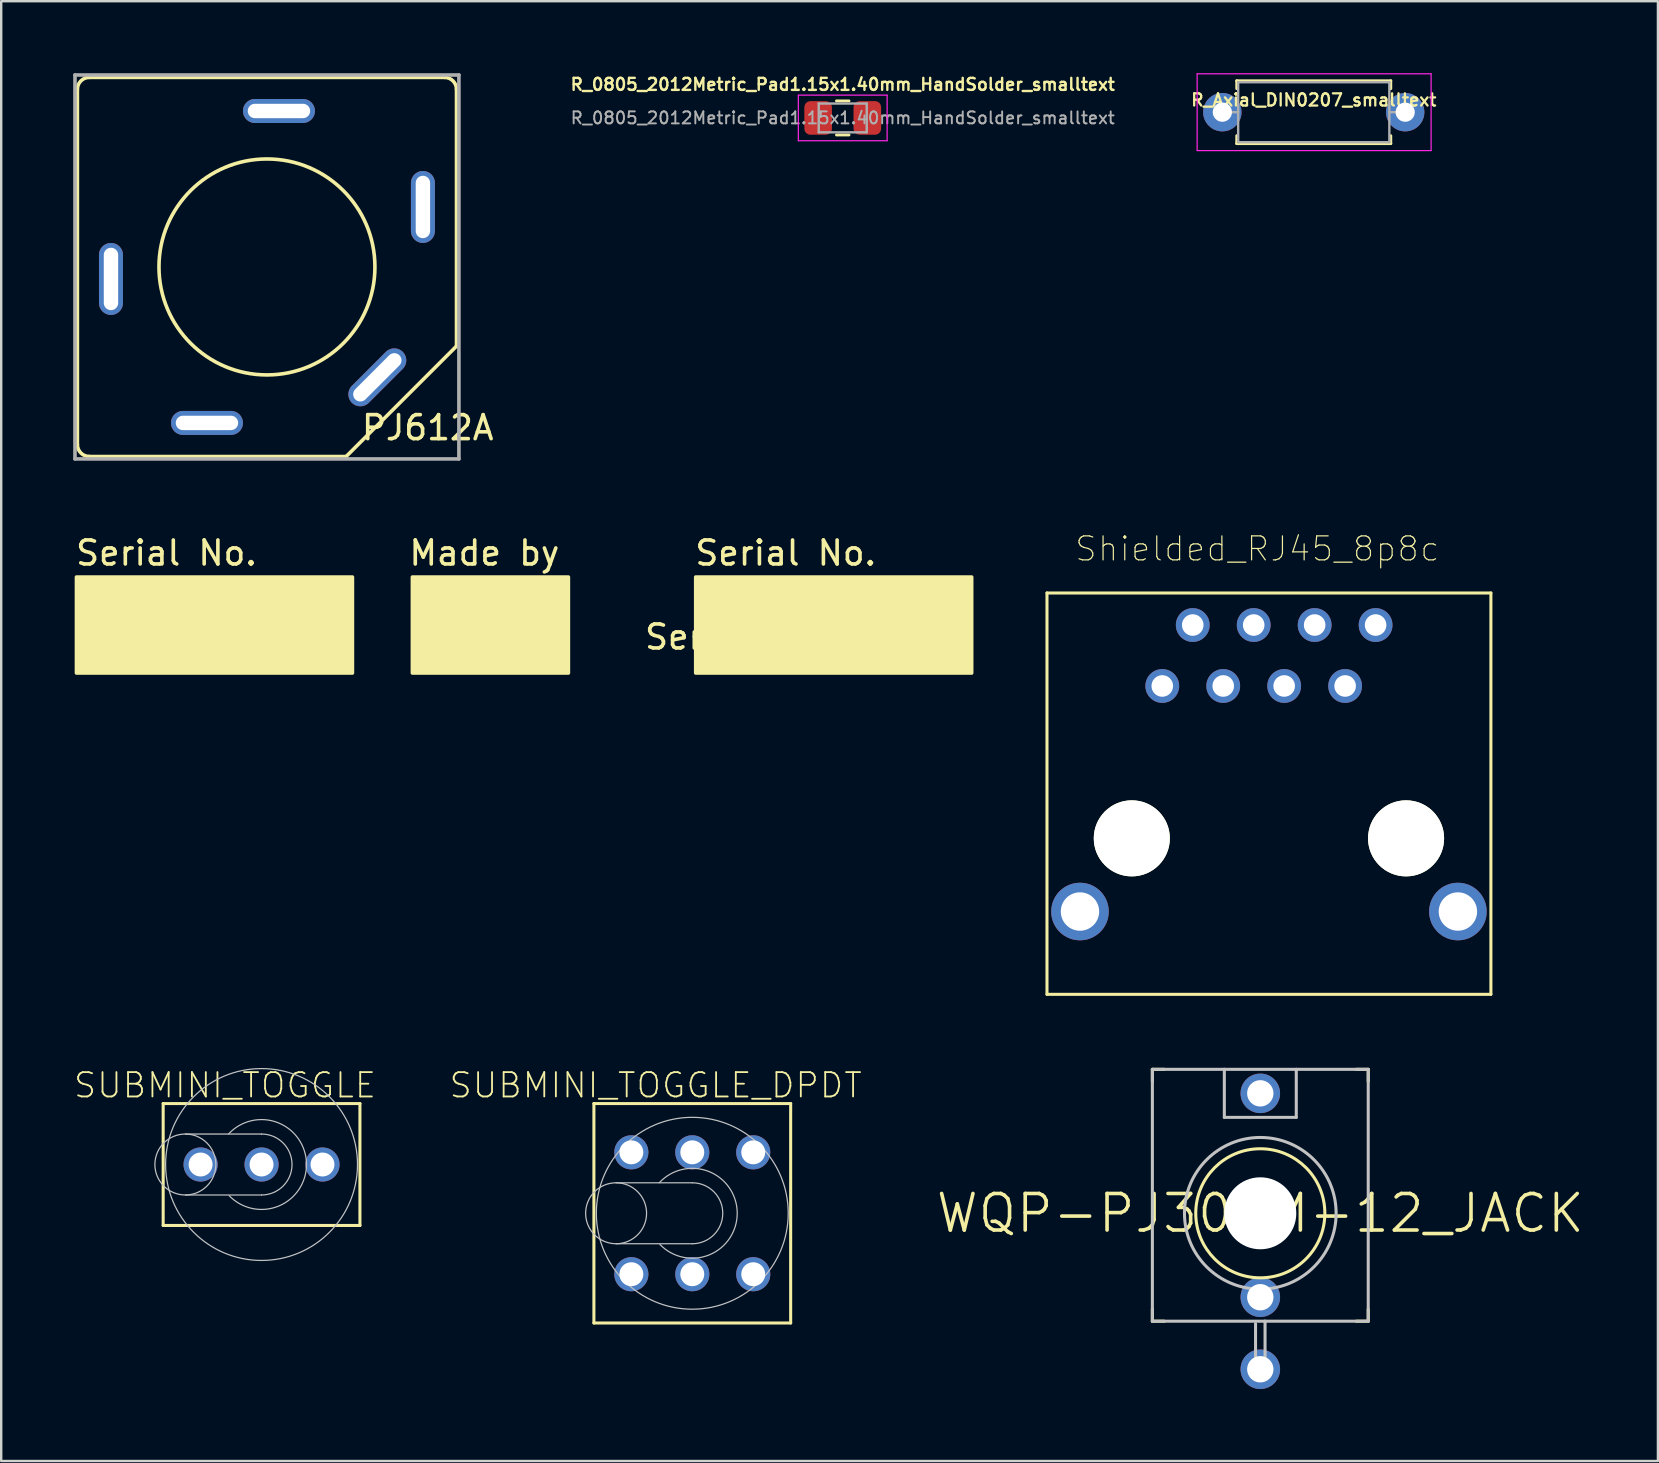
<source format=kicad_pcb>
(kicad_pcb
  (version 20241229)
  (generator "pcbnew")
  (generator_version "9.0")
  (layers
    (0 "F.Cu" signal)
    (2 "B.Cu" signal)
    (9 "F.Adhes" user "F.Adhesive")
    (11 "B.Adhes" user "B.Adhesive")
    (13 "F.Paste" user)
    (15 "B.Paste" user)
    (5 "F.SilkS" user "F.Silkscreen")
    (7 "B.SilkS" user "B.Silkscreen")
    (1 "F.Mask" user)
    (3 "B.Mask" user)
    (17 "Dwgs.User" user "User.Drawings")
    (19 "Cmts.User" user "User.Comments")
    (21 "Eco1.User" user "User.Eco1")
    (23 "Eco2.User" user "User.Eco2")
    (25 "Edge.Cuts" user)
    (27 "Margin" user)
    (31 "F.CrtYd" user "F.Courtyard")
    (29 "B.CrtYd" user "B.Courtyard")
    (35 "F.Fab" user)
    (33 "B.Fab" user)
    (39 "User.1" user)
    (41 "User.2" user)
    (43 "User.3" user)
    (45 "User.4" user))
  (footprint "PJ612A"
    (layer "F.Cu")
    (at 8.075 8.075)
    (property "Reference" "PJ612A" (at 6.7 6.7 0) (layer "F.SilkS") (effects (font (size 1 1) (thickness 0.15))))
    (attr through_hole)
    (fp_line (start -7.9 -7.4) (end -7.9 7.4) (stroke (width 0.15) (type solid)) (layer "F.SilkS"))
    (fp_line (start -7.4 7.9) (end 3.3 7.9) (stroke (width 0.15) (type solid)) (layer "F.SilkS"))
    (fp_line (start 3.3 7.9) (end 7.9 3.3) (stroke (width 0.15) (type solid)) (layer "F.SilkS"))
    (fp_line (start 7.4 -7.9) (end -7.4 -7.9) (stroke (width 0.15) (type solid)) (layer "F.SilkS"))
    (fp_line (start 7.9 3.3) (end 7.9 -7.4) (stroke (width 0.15) (type solid)) (layer "F.SilkS"))
    (fp_arc (start -7.9 -7.4) (mid -7.753553 -7.753553) (end -7.4 -7.9) (stroke (width 0.15) (type solid)) (layer "F.SilkS"))
    (fp_arc (start -7.4 7.9) (mid -7.753553 7.753553) (end -7.9 7.4) (stroke (width 0.15) (type solid)) (layer "F.SilkS"))
    (fp_arc (start 7.4 -7.9) (mid 7.753553 -7.753553) (end 7.9 -7.4) (stroke (width 0.15) (type solid)) (layer "F.SilkS"))
    (fp_circle (center 0 0) (end 4.5 0) (stroke (width 0.15) (type solid)) (fill no) (layer "F.SilkS"))
    (fp_line (start -8 -8) (end 8 -8) (stroke (width 0.15) (type solid)) (layer "F.Fab"))
    (fp_line (start -8 8) (end -8 -8) (stroke (width 0.15) (type solid)) (layer "F.Fab"))
    (fp_line (start 8 -8) (end 8 8) (stroke (width 0.15) (type solid)) (layer "F.Fab"))
    (fp_line (start 8 8) (end -8 8) (stroke (width 0.15) (type solid)) (layer "F.Fab"))
    (pad "R" thru_hole oval (at -6.5 0.5) (size 1 3) (drill oval 0.6 2.6) (layers "*.Cu" "*.Mask"))
    (pad "RN" thru_hole oval (at -2.5 6.5 90) (size 1 3) (drill oval 0.6 2.6) (layers "*.Cu" "*.Mask"))
    (pad "S" thru_hole oval (at 4.6 4.6 315) (size 1 3) (drill oval 0.6 2.6) (layers "*.Cu" "*.Mask"))
    (pad "T" thru_hole oval (at 0.5 -6.5 90) (size 1 3) (drill oval 0.6 2.6) (layers "*.Cu" "*.Mask"))
    (pad "TN" thru_hole oval (at 6.5 -2.5) (size 1 3) (drill oval 0.6 2.6) (layers "*.Cu" "*.Mask")))
  (footprint "R_0805_2012Metric_Pad1.15x1.40mm_HandSolder_smalltext"
    (layer "F.Cu")
    (at 32.071 1.865)
    (property "Reference" "R_0805_2012Metric_Pad1.15x1.40mm_HandSolder_smalltext" (at 0 -1.397 0) (layer "F.SilkS") (effects (font (size 0.5 0.5) (thickness 0.1))))
    (attr smd)
    (fp_line (start -0.261 -0.71) (end 0.261 -0.71) (stroke (width 0.12) (type solid)) (layer "F.SilkS"))
    (fp_line (start -0.261 0.71) (end 0.261 0.71) (stroke (width 0.12) (type solid)) (layer "F.SilkS"))
    (fp_line (start -1.85 -0.95) (end 1.85 -0.95) (stroke (width 0.05) (type solid)) (layer "F.CrtYd"))
    (fp_line (start -1.85 0.95) (end -1.85 -0.95) (stroke (width 0.05) (type solid)) (layer "F.CrtYd"))
    (fp_line (start 1.85 -0.95) (end 1.85 0.95) (stroke (width 0.05) (type solid)) (layer "F.CrtYd"))
    (fp_line (start 1.85 0.95) (end -1.85 0.95) (stroke (width 0.05) (type solid)) (layer "F.CrtYd"))
    (fp_line (start -1 -0.6) (end 1 -0.6) (stroke (width 0.1) (type solid)) (layer "F.Fab"))
    (fp_line (start -1 0.6) (end -1 -0.6) (stroke (width 0.1) (type solid)) (layer "F.Fab"))
    (fp_line (start 1 -0.6) (end 1 0.6) (stroke (width 0.1) (type solid)) (layer "F.Fab"))
    (fp_line (start 1 0.6) (end -1 0.6) (stroke (width 0.1) (type solid)) (layer "F.Fab"))
    (fp_text user "${REFERENCE}" (at 0 0 0) (layer "F.Fab") (effects (font (size 0.5 0.5) (thickness 0.08))))
    (pad "1" smd roundrect (at -1.025 0) (size 1.15 1.4) (layers "F.Cu" "F.Mask" "F.Paste") (roundrect_rratio 0.217))
    (pad "2" smd roundrect (at 1.025 0) (size 1.15 1.4) (layers "F.Cu" "F.Mask" "F.Paste") (roundrect_rratio 0.217)))
  (footprint "SerialNo"
    (layer "F.Cu")
    (at 10.387 22.998)
    (property "Reference" "SerialNo" (at -5.25 0.5 0) (layer "F.SilkS") (effects (font (size 1 1) (thickness 0.15))))
    (attr through_hole)
    (fp_poly (pts (xy -10.25 2) (xy 1.25 2) (xy 1.25 -2) (xy -10.25 -2)) (stroke (width 0.15) (type solid)) (fill yes) (layer "F.SilkS"))
    (fp_poly (pts (xy 3.75 2) (xy 10.25 2) (xy 10.25 -2) (xy 3.75 -2)) (stroke (width 0.15) (type solid)) (fill yes) (layer "F.SilkS"))
    (fp_text user "Made by" (at 6.75 -3 0) (layer "F.SilkS") (effects (font (size 1 1) (thickness 0.15))))
    (fp_text user "Serial No." (at -6.5 -3 0) (layer "F.SilkS") (effects (font (size 1 1) (thickness 0.15)))))
  (footprint "Shielded_RJ45_8p8c"
    (layer "F.Cu")
    (at 49.833 24.268)
    (property "Reference" "Shielded_RJ45_8p8c" (at -0.485 -4.445 0) (layer "F.SilkS") (effects (font (size 1 1) (thickness 0.05))))
    (attr through_hole)
    (fp_line (start -9.25 -2.605) (end 9.25 -2.605) (stroke (width 0.127) (type solid)) (layer "F.SilkS"))
    (fp_line (start -9.25 14.12) (end -9.25 -2.605) (stroke (width 0.127) (type solid)) (layer "F.SilkS"))
    (fp_line (start 9.25 -2.605) (end 9.25 14.12) (stroke (width 0.127) (type solid)) (layer "F.SilkS"))
    (fp_line (start 9.25 14.12) (end -9.25 14.12) (stroke (width 0.127) (type solid)) (layer "F.SilkS"))
    (fp_line (start -7.95 -2.605) (end 7.95 -2.605) (stroke (width 0.127) (type solid)) (layer "Eco2.User"))
    (fp_line (start -7.95 14.12) (end -7.95 -2.605) (stroke (width 0.127) (type solid)) (layer "Eco2.User"))
    (fp_line (start 7.95 -2.605) (end 7.95 14.12) (stroke (width 0.127) (type solid)) (layer "Eco2.User"))
    (fp_line (start 7.95 14.12) (end -7.95 14.12) (stroke (width 0.127) (type solid)) (layer "Eco2.User"))
    (fp_text user "8" (at 3.81 -0.635 0) (layer "Edge.Cuts") (effects (font (size 1 1) (thickness 0.05))))
    (fp_text user "1" (at -5.08 1.905 0) (layer "Edge.Cuts") (effects (font (size 1 1) (thickness 0.05))))
    (pad "" np_thru_hole circle (at -5.715 7.62) (size 3.17 3.17) (drill 3.17) (layers "*.Cu" "*.Mask" "F.SilkS"))
    (pad "" np_thru_hole circle (at 5.715 7.62) (size 3.17 3.17) (drill 3.17) (layers "*.Cu" "*.Mask" "F.SilkS"))
    (pad "1" thru_hole circle (at -4.445 1.27) (size 1.408 1.408) (drill 0.9) (layers "*.Cu" "*.Mask"))
    (pad "2" thru_hole circle (at -3.175 -1.27) (size 1.408 1.408) (drill 0.9) (layers "*.Cu" "*.Mask"))
    (pad "3" thru_hole circle (at -1.905 1.27) (size 1.408 1.408) (drill 0.9) (layers "*.Cu" "*.Mask"))
    (pad "4" thru_hole circle (at -0.635 -1.27) (size 1.408 1.408) (drill 0.9) (layers "*.Cu" "*.Mask"))
    (pad "5" thru_hole circle (at 0.635 1.27) (size 1.408 1.408) (drill 0.9) (layers "*.Cu" "*.Mask"))
    (pad "6" thru_hole circle (at 1.905 -1.27) (size 1.408 1.408) (drill 0.9) (layers "*.Cu" "*.Mask"))
    (pad "7" thru_hole circle (at 3.175 1.27) (size 1.408 1.408) (drill 0.9) (layers "*.Cu" "*.Mask"))
    (pad "8" thru_hole circle (at 4.445 -1.27) (size 1.408 1.408) (drill 0.9) (layers "*.Cu" "*.Mask"))
    (pad "SH" thru_hole circle (at -7.875 10.67) (size 2.4 2.4) (drill 1.6) (layers "*.Cu" "*.Mask"))
    (pad "SH" thru_hole circle (at 7.875 10.67) (size 2.4 2.4) (drill 1.6) (layers "*.Cu" "*.Mask")))
  (footprint "SUBMINI_TOGGLE_DPDT"
    (layer "F.Cu")
    (at 25.801 47.513)
    (property "Reference" "SUBMINI_TOGGLE_DPDT" (at -1.524 -5.334 0) (layer "F.SilkS") (effects (font (size 1.016 1.016) (thickness 0.076))))
    (attr exclude_from_pos_files exclude_from_bom)
    (fp_line (start -4.1 -4.572) (end 4.1 -4.572) (stroke (width 0.127) (type solid)) (layer "F.SilkS"))
    (fp_line (start -4.1 4.572) (end -4.1 -4.572) (stroke (width 0.127) (type solid)) (layer "F.SilkS"))
    (fp_line (start 4.1 -4.572) (end 4.1 4.572) (stroke (width 0.127) (type solid)) (layer "F.SilkS"))
    (fp_line (start 4.1 4.572) (end -4.1 4.572) (stroke (width 0.127) (type solid)) (layer "F.SilkS"))
    (fp_line (start -3.175 -1.27) (end 0 -1.27) (stroke (width 0.051) (type solid)) (layer "Dwgs.User"))
    (fp_line (start -3.175 1.27) (end 0 1.27) (stroke (width 0.051) (type solid)) (layer "Dwgs.User"))
    (fp_arc (start -1.37414 -1.27254) (mid 1.872762 -0.019559) (end -1.347262 1.300962) (stroke (width 0.0508) (type solid)) (layer "Dwgs.User"))
    (fp_arc (start 0 -1.27) (mid 1.27 0) (end 0 1.27) (stroke (width 0.0508) (type solid)) (layer "Dwgs.User"))
    (fp_circle (center -3.175 0) (end -3.175 -1.27) (stroke (width 0.051) (type solid)) (fill no) (layer "Dwgs.User"))
    (fp_circle (center 0 0) (end 0 -3.998) (stroke (width 0.051) (type solid)) (fill no) (layer "Dwgs.User"))
    (pad "1" thru_hole circle (at -2.54 -2.54) (size 1.422 1.422) (drill 0.998) (layers "*.Cu" "*.Paste" "*.Mask"))
    (pad "2" thru_hole circle (at 0 -2.54) (size 1.422 1.422) (drill 0.998) (layers "*.Cu" "*.Paste" "*.Mask"))
    (pad "3" thru_hole circle (at 2.54 -2.54) (size 1.422 1.422) (drill 0.998) (layers "*.Cu" "*.Paste" "*.Mask"))
    (pad "4" thru_hole circle (at -2.54 2.54 90) (size 1.422 1.422) (drill 0.998) (layers "*.Cu" "*.Paste" "*.Mask"))
    (pad "5" thru_hole circle (at 0 2.54) (size 1.422 1.422) (drill 0.998) (layers "*.Cu" "*.Paste" "*.Mask"))
    (pad "6" thru_hole circle (at 2.54 2.54) (size 1.422 1.422) (drill 0.998) (layers "*.Cu" "*.Paste" "*.Mask")))
  (footprint "R_Axial_DIN0207_smalltext"
    (layer "F.Cu")
    (at 47.891 1.625)
    (property "Reference" "R_Axial_DIN0207_smalltext" (at 3.81 -0.508 0) (layer "F.SilkS") (effects (font (size 0.508 0.508) (thickness 0.095))))
    (attr through_hole)
    (fp_line (start 0.6 -1.31) (end 7.02 -1.31) (stroke (width 0.12) (type solid)) (layer "F.SilkS"))
    (fp_line (start 0.6 -0.98) (end 0.6 -1.31) (stroke (width 0.12) (type solid)) (layer "F.SilkS"))
    (fp_line (start 0.6 0.98) (end 0.6 1.31) (stroke (width 0.12) (type solid)) (layer "F.SilkS"))
    (fp_line (start 0.6 1.31) (end 7.02 1.31) (stroke (width 0.12) (type solid)) (layer "F.SilkS"))
    (fp_line (start 7.02 -1.31) (end 7.02 -0.98) (stroke (width 0.12) (type solid)) (layer "F.SilkS"))
    (fp_line (start 7.02 1.31) (end 7.02 0.98) (stroke (width 0.12) (type solid)) (layer "F.SilkS"))
    (fp_line (start -1.05 -1.6) (end -1.05 1.6) (stroke (width 0.05) (type solid)) (layer "F.CrtYd"))
    (fp_line (start -1.05 1.6) (end 8.7 1.6) (stroke (width 0.05) (type solid)) (layer "F.CrtYd"))
    (fp_line (start 8.7 -1.6) (end -1.05 -1.6) (stroke (width 0.05) (type solid)) (layer "F.CrtYd"))
    (fp_line (start 8.7 1.6) (end 8.7 -1.6) (stroke (width 0.05) (type solid)) (layer "F.CrtYd"))
    (fp_line (start 0 0) (end 0.66 0) (stroke (width 0.1) (type solid)) (layer "F.Fab"))
    (fp_line (start 0.66 -1.25) (end 0.66 1.25) (stroke (width 0.1) (type solid)) (layer "F.Fab"))
    (fp_line (start 0.66 1.25) (end 6.96 1.25) (stroke (width 0.1) (type solid)) (layer "F.Fab"))
    (fp_line (start 6.96 -1.25) (end 0.66 -1.25) (stroke (width 0.1) (type solid)) (layer "F.Fab"))
    (fp_line (start 6.96 1.25) (end 6.96 -1.25) (stroke (width 0.1) (type solid)) (layer "F.Fab"))
    (fp_line (start 7.62 0) (end 6.96 0) (stroke (width 0.1) (type solid)) (layer "F.Fab"))
    (pad "1" thru_hole circle (at 0 0) (size 1.6 1.6) (drill 0.8) (layers "*.Cu" "*.Mask"))
    (pad "2" thru_hole oval (at 7.62 0) (size 1.6 1.6) (drill 0.8) (layers "*.Cu" "*.Mask")))
  (footprint "SerialNo_center"
    (layer "F.Cu")
    (at 31.694 22.998)
    (property "Reference" "SerialNo_center" (at -2 0.5 0) (layer "F.SilkS") (effects (font (size 1 1) (thickness 0.15))))
    (attr through_hole)
    (fp_poly (pts (xy -5.75 2) (xy 5.75 2) (xy 5.75 -2) (xy -5.75 -2)) (stroke (width 0.15) (type solid)) (fill yes) (layer "F.SilkS"))
    (fp_text user "Serial No." (at -2 -3 0) (layer "F.SilkS") (effects (font (size 1 1) (thickness 0.15)))))
  (footprint "WQP-PJ301M-12_JACK"
    (layer "F.Cu")
    (at 49.473 47.514)
    (property "Reference" "WQP-PJ301M-12_JACK" (at 0 0 0) (layer "F.SilkS") (effects (font (size 1.524 1.524) (thickness 0.15))))
    (attr exclude_from_pos_files exclude_from_bom)
    (fp_line (start -4.498 -5.999) (end -3.998 -5.999) (stroke (width 0.127) (type solid)) (layer "F.SilkS"))
    (fp_line (start -4.498 -5.499) (end -4.498 -5.999) (stroke (width 0.127) (type solid)) (layer "F.SilkS"))
    (fp_line (start -4.498 3.998) (end -4.498 4.498) (stroke (width 0.127) (type solid)) (layer "F.SilkS"))
    (fp_line (start -4.498 4.498) (end -3.998 4.498) (stroke (width 0.127) (type solid)) (layer "F.SilkS"))
    (fp_line (start 3.998 -5.999) (end 4.498 -5.999) (stroke (width 0.127) (type solid)) (layer "F.SilkS"))
    (fp_line (start 4.498 -5.999) (end 4.498 -5.499) (stroke (width 0.127) (type solid)) (layer "F.SilkS"))
    (fp_line (start 4.498 3.998) (end 4.498 4.498) (stroke (width 0.127) (type solid)) (layer "F.SilkS"))
    (fp_line (start 4.498 4.498) (end 3.998 4.498) (stroke (width 0.127) (type solid)) (layer "F.SilkS"))
    (fp_circle (center 0 0) (end 0 -2.69) (stroke (width 0.127) (type solid)) (fill no) (layer "F.SilkS"))
    (fp_line (start -4.498 -5.999) (end -4.498 4.498) (stroke (width 0.127) (type solid)) (layer "Dwgs.User"))
    (fp_line (start -4.498 -5.999) (end -1.499 -5.999) (stroke (width 0.127) (type solid)) (layer "Dwgs.User"))
    (fp_line (start -4.498 4.498) (end 0.198 4.498) (stroke (width 0.127) (type solid)) (layer "Dwgs.User"))
    (fp_line (start -1.499 -5.999) (end -1.499 -3.998) (stroke (width 0.127) (type solid)) (layer "Dwgs.User"))
    (fp_line (start -1.499 -5.999) (end 1.499 -5.999) (stroke (width 0.127) (type solid)) (layer "Dwgs.User"))
    (fp_line (start -1.499 -3.998) (end 1.499 -3.998) (stroke (width 0.127) (type solid)) (layer "Dwgs.User"))
    (fp_line (start -0.198 4.6) (end -0.198 6.698) (stroke (width 0.127) (type solid)) (layer "Dwgs.User"))
    (fp_line (start -0.198 6.698) (end 0.198 6.698) (stroke (width 0.127) (type solid)) (layer "Dwgs.User"))
    (fp_line (start 0.198 4.498) (end 4.498 4.498) (stroke (width 0.127) (type solid)) (layer "Dwgs.User"))
    (fp_line (start 0.198 6.698) (end 0.198 4.498) (stroke (width 0.127) (type solid)) (layer "Dwgs.User"))
    (fp_line (start 1.499 -5.999) (end 4.498 -5.999) (stroke (width 0.127) (type solid)) (layer "Dwgs.User"))
    (fp_line (start 1.499 -3.998) (end 1.499 -5.999) (stroke (width 0.127) (type solid)) (layer "Dwgs.User"))
    (fp_line (start 4.498 4.498) (end 4.498 -5.999) (stroke (width 0.127) (type solid)) (layer "Dwgs.User"))
    (fp_circle (center 0 0) (end 0 -3.16) (stroke (width 0.127) (type solid)) (fill no) (layer "Dwgs.User"))
    (pad "" np_thru_hole circle (at 0 0) (size 3 3) (drill 3) (layers "*.Cu" "*.Mask"))
    (pad "P$1_TIP" thru_hole circle (at 0 -4.999) (size 1.648 1.648) (drill 1.1) (layers "*.Cu" "*.Paste" "*.Mask"))
    (pad "P$2_SWITCH" thru_hole circle (at 0 3.498) (size 1.648 1.648) (drill 1.1) (layers "*.Cu" "*.Paste" "*.Mask"))
    (pad "P$3_SLEEVE" thru_hole circle (at 0 6.5) (size 1.648 1.648) (drill 1.1) (layers "*.Cu" "*.Paste" "*.Mask")))
  (footprint "SUBMINI_TOGGLE"
    (layer "F.Cu")
    (at 7.85 45.481)
    (property "Reference" "SUBMINI_TOGGLE" (at -1.524 -3.302 0) (layer "F.SilkS") (effects (font (size 1.016 1.016) (thickness 0.076))))
    (attr exclude_from_pos_files exclude_from_bom)
    (fp_line (start -4.1 -2.54) (end 4.1 -2.54) (stroke (width 0.127) (type solid)) (layer "F.SilkS"))
    (fp_line (start -4.1 2.54) (end -4.1 -2.54) (stroke (width 0.127) (type solid)) (layer "F.SilkS"))
    (fp_line (start 4.1 -2.54) (end 4.1 2.54) (stroke (width 0.127) (type solid)) (layer "F.SilkS"))
    (fp_line (start 4.1 2.54) (end -4.1 2.54) (stroke (width 0.127) (type solid)) (layer "F.SilkS"))
    (fp_line (start -3.175 -1.27) (end 0 -1.27) (stroke (width 0.051) (type solid)) (layer "Dwgs.User"))
    (fp_line (start -3.175 1.27) (end 0 1.27) (stroke (width 0.051) (type solid)) (layer "Dwgs.User"))
    (fp_arc (start -1.37414 -1.27254) (mid 1.872762 -0.019559) (end -1.347262 1.300962) (stroke (width 0.0508) (type solid)) (layer "Dwgs.User"))
    (fp_arc (start 0 -1.27) (mid 1.27 0) (end 0 1.27) (stroke (width 0.0508) (type solid)) (layer "Dwgs.User"))
    (fp_circle (center -3.175 0) (end -3.175 -1.27) (stroke (width 0.051) (type solid)) (fill no) (layer "Dwgs.User"))
    (fp_circle (center 0 0) (end 0 -3.998) (stroke (width 0.051) (type solid)) (fill no) (layer "Dwgs.User"))
    (pad "1" thru_hole circle (at -2.54 0) (size 1.422 1.422) (drill 0.998) (layers "*.Cu" "*.Paste" "*.Mask"))
    (pad "3" thru_hole circle (at 2.54 0) (size 1.422 1.422) (drill 0.998) (layers "*.Cu" "*.Paste" "*.Mask"))
    (pad "COM" thru_hole circle (at 0 0) (size 1.422 1.422) (drill 0.998) (layers "*.Cu" "*.Paste" "*.Mask")))
  (gr_rect
    (start -3 -3)
    (end 66.044 57.838)
    (stroke (width 0.1) (type default))
    (fill no)
    (layer "Edge.Cuts")))
</source>
